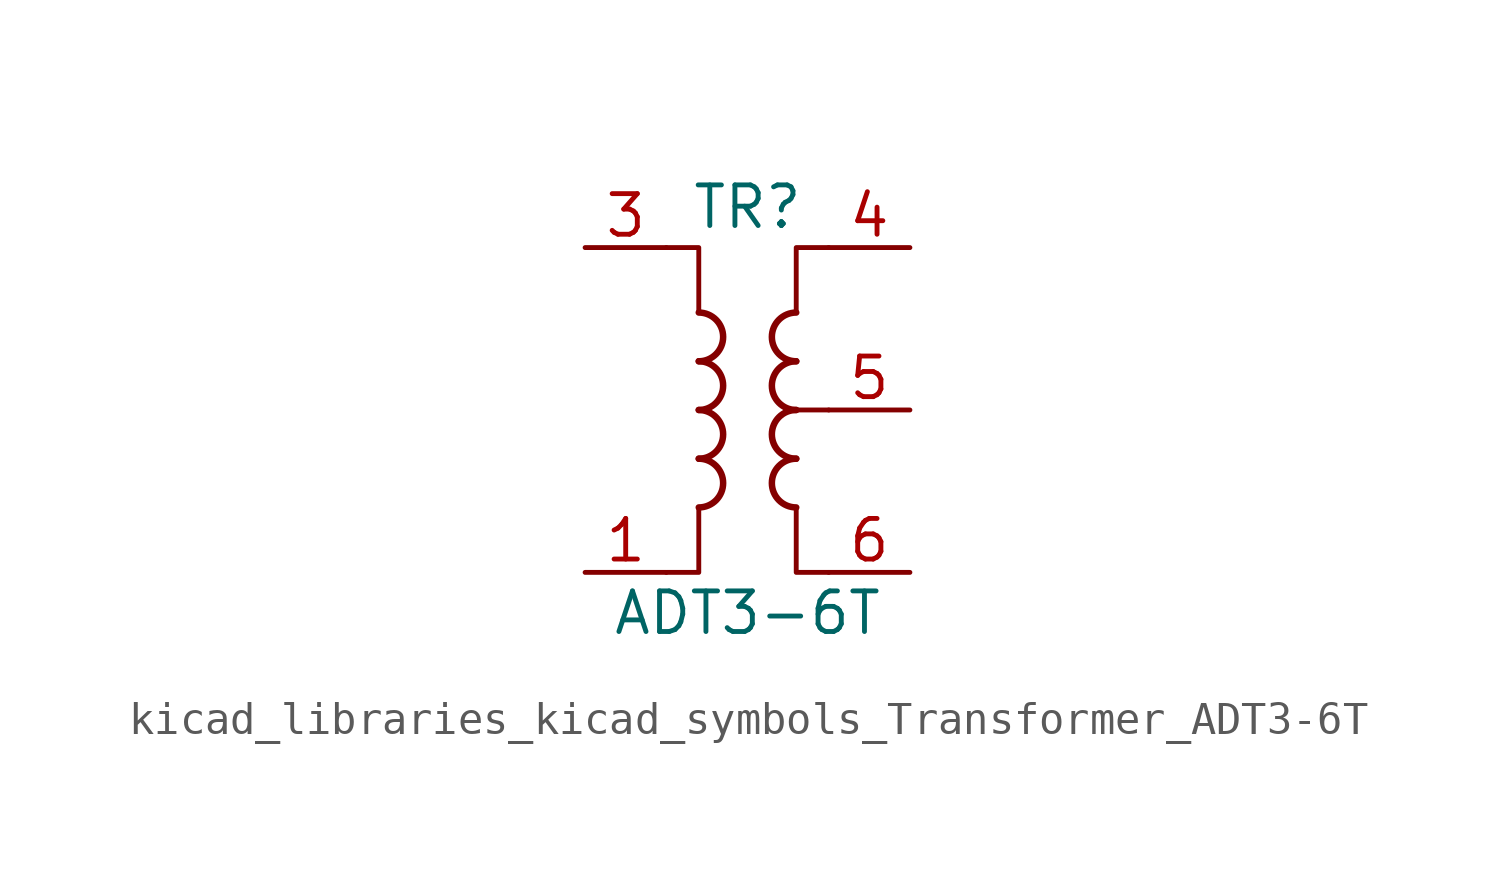
<source format=kicad_sym>
(kicad_symbol_lib
  (version 20220914)
  (generator kicad_symbol_editor)
  (symbol "kicad_libraries_kicad_symbols_Transformer_ADT3-6T"
    (pin_names hide)
    (property "Reference" "TR"
      (at 0 6.35 0)
      (effects (font (size 1.27 1.27))))
    (property "Value" "ADT3-6T"
      (at 0 -6.35 0)
      (effects (font (size 1.27 1.27))))
    (symbol "kicad_libraries_kicad_symbols_Transformer_ADT3-6T_0_1"
      (arc (start -1.524 -3.048) (mid -0.7653 -2.286) (end -1.524 -1.524) (stroke (width 0.2032) (type default)) (fill (type none)))
      (arc (start -1.524 -1.524) (mid -0.7653 -0.762) (end -1.524 0) (stroke (width 0.2032) (type default)) (fill (type none)))
      (arc (start -1.524 0) (mid -0.7653 0.762) (end -1.524 1.524) (stroke (width 0.2032) (type default)) (fill (type none)))
      (arc (start -1.524 1.524) (mid -0.7653 2.286) (end -1.524 3.048) (stroke (width 0.2032) (type default)) (fill (type none)))
      (polyline (pts (xy 2.54 0) (xy 1.27 0)) (stroke (width 0.152) (type default)) (fill (type none)))
      (polyline (pts (xy -2.54 5.08) (xy -1.524 5.08) (xy -1.524 3.048) (xy -1.524 3.048)) (stroke (width 0.152) (type default)) (fill (type none)))
      (polyline (pts (xy -1.524 -3.048) (xy -1.524 -5.08) (xy -2.54 -5.08) (xy -2.54 -5.08)) (stroke (width 0.152) (type default)) (fill (type none)))
      (polyline (pts (xy 1.524 3.048) (xy 1.524 5.08) (xy 2.54 5.08) (xy 2.54 5.08)) (stroke (width 0.152) (type default)) (fill (type none)))
      (polyline (pts (xy 2.54 -5.08) (xy 1.524 -5.08) (xy 1.524 -3.048) (xy 1.524 -3.048)) (stroke (width 0.152) (type default)) (fill (type none)))
      (arc (start 1.524 -1.524) (mid 0.7653 -2.286) (end 1.524 -3.048) (stroke (width 0.2032) (type default)) (fill (type none)))
      (arc (start 1.524 0) (mid 0.7653 -0.762) (end 1.524 -1.524) (stroke (width 0.2032) (type default)) (fill (type none)))
      (arc (start 1.524 1.524) (mid 0.7653 0.762) (end 1.524 0) (stroke (width 0.2032) (type default)) (fill (type none)))
      (arc (start 1.524 3.048) (mid 0.7653 2.286) (end 1.524 1.524) (stroke (width 0.2032) (type default)) (fill (type none))))
    (symbol "kicad_libraries_kicad_symbols_Transformer_ADT3-6T_1_1"
      (pin passive line (at -5.08 -5.08 0) (length 2.54) (name "~" (effects (font (size 1.27 1.27)))) (number "1" (effects (font (size 1.27 1.27)))))
      (pin passive line (at -5.08 5.08 0) (length 2.54) (name "~" (effects (font (size 1.27 1.27)))) (number "3" (effects (font (size 1.27 1.27)))))
      (pin passive line (at 5.08 5.08 180) (length 2.54) (name "~" (effects (font (size 1.27 1.27)))) (number "4" (effects (font (size 1.27 1.27)))))
      (pin passive line (at 5.08 0 180) (length 2.54) (name "~" (effects (font (size 1.27 1.27)))) (number "5" (effects (font (size 1.27 1.27)))))
      (pin passive line (at 5.08 -5.08 180) (length 2.54) (name "~" (effects (font (size 1.27 1.27)))) (number "6" (effects (font (size 1.27 1.27))))))))
</source>
